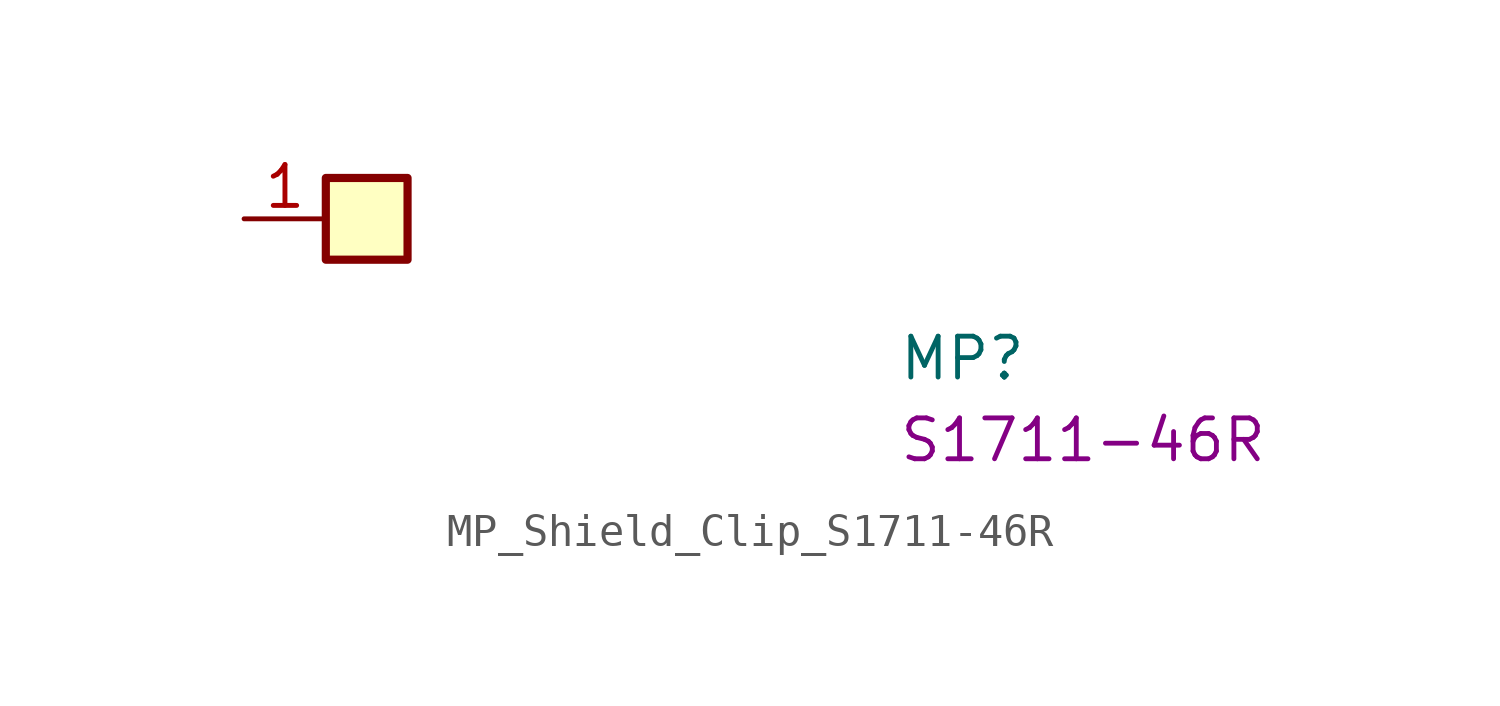
<source format=kicad_sym>
(kicad_symbol_lib
  (version 20220914)
  (generator kicad_symbol_editor)
  (symbol "MP_Shield_Clip_S1711-46R"
    (pin_names hide)
    (property "Reference" "MP"
      (at 20.32 -5.08 0)
      (effects (font (size 1.27 1.27) (thickness 0.15)) (justify left bottom)))
    (property "MPN" "S1711-46R"
      (at 20.32 -7.62 0)
      (effects (font (size 1.27 1.27) (thickness 0.15)) (justify left bottom)))
    (symbol "MP_Shield_Clip_S1711-46R_1_1"
      (rectangle (start 2.54 1.27) (end 5.08 -1.27) (stroke (width 0.254) (type default)) (fill (type background)))
      (pin passive line (at 0 0 0) (length 2.54) (name "1" (effects (font (size 1.27 1.27)))) (number "1" (effects (font (size 1.27 1.27))))))))
</source>
